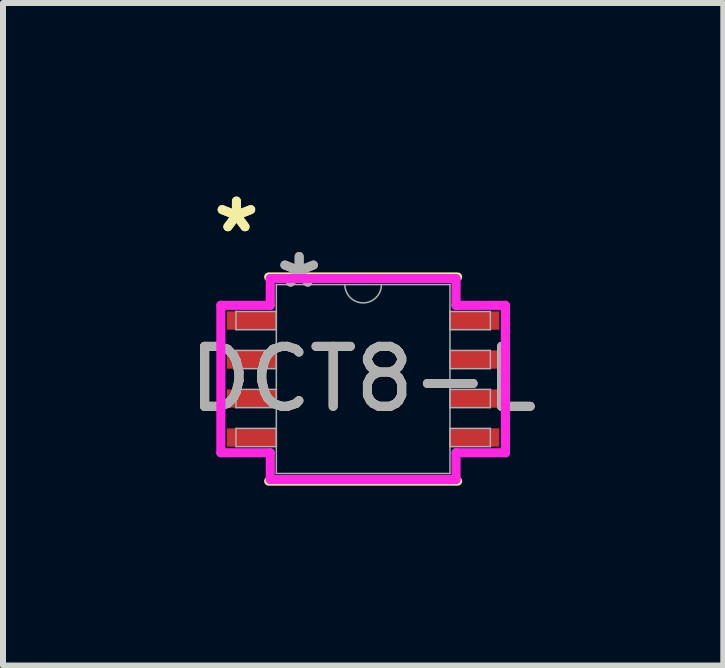
<source format=kicad_pcb>
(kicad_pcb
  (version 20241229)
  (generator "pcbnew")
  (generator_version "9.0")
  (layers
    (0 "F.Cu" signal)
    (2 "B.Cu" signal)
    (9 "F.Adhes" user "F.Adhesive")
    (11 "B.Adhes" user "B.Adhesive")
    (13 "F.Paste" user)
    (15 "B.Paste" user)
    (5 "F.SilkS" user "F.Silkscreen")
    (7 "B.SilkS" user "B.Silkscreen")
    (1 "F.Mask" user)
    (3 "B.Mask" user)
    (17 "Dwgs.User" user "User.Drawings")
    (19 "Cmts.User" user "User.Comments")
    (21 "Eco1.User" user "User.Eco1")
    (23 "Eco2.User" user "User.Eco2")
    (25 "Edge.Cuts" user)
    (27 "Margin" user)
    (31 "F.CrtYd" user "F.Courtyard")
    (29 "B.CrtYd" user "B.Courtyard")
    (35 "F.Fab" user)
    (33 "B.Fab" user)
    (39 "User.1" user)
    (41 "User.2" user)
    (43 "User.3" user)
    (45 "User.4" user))
  (footprint "DCT8-L"
    (layer "F.Cu")
    (at 3.006 3.271)
    (property "Reference" "DCT8-L" (at 0 0 0) (unlocked yes) (layer "F.SilkS") (effects (font (size 1 1) (thickness 0.15))))
    (attr smd)
    (fp_line (start -1.575 1.702) (end 1.575 1.702) (stroke (width 0.152) (type solid)) (layer "F.SilkS"))
    (fp_line (start 1.575 -1.702) (end -1.575 -1.702) (stroke (width 0.152) (type solid)) (layer "F.SilkS"))
    (fp_line (start -2.373 -1.229) (end -1.549 -1.229) (stroke (width 0.152) (type solid)) (layer "F.CrtYd"))
    (fp_line (start -2.373 1.229) (end -2.373 -1.229) (stroke (width 0.152) (type solid)) (layer "F.CrtYd"))
    (fp_line (start -2.373 1.229) (end -1.549 1.229) (stroke (width 0.152) (type solid)) (layer "F.CrtYd"))
    (fp_line (start -1.549 -1.676) (end 1.549 -1.676) (stroke (width 0.152) (type solid)) (layer "F.CrtYd"))
    (fp_line (start -1.549 -1.229) (end -1.549 -1.676) (stroke (width 0.152) (type solid)) (layer "F.CrtYd"))
    (fp_line (start -1.549 1.676) (end -1.549 1.229) (stroke (width 0.152) (type solid)) (layer "F.CrtYd"))
    (fp_line (start 1.549 -1.676) (end 1.549 -1.229) (stroke (width 0.152) (type solid)) (layer "F.CrtYd"))
    (fp_line (start 1.549 1.229) (end 1.549 1.676) (stroke (width 0.152) (type solid)) (layer "F.CrtYd"))
    (fp_line (start 1.549 1.676) (end -1.549 1.676) (stroke (width 0.152) (type solid)) (layer "F.CrtYd"))
    (fp_line (start 2.373 -1.229) (end 1.549 -1.229) (stroke (width 0.152) (type solid)) (layer "F.CrtYd"))
    (fp_line (start 2.373 -1.229) (end 2.373 1.229) (stroke (width 0.152) (type solid)) (layer "F.CrtYd"))
    (fp_line (start 2.373 1.229) (end 1.549 1.229) (stroke (width 0.152) (type solid)) (layer "F.CrtYd"))
    (fp_line (start -2.121 -1.127) (end -2.121 -0.823) (stroke (width 0.025) (type solid)) (layer "F.Fab"))
    (fp_line (start -2.121 -0.823) (end -1.448 -0.823) (stroke (width 0.025) (type solid)) (layer "F.Fab"))
    (fp_line (start -2.121 -0.477) (end -2.121 -0.173) (stroke (width 0.025) (type solid)) (layer "F.Fab"))
    (fp_line (start -2.121 -0.173) (end -1.448 -0.173) (stroke (width 0.025) (type solid)) (layer "F.Fab"))
    (fp_line (start -2.121 0.173) (end -2.121 0.477) (stroke (width 0.025) (type solid)) (layer "F.Fab"))
    (fp_line (start -2.121 0.477) (end -1.448 0.477) (stroke (width 0.025) (type solid)) (layer "F.Fab"))
    (fp_line (start -2.121 0.823) (end -2.121 1.127) (stroke (width 0.025) (type solid)) (layer "F.Fab"))
    (fp_line (start -2.121 1.127) (end -1.448 1.127) (stroke (width 0.025) (type solid)) (layer "F.Fab"))
    (fp_line (start -1.448 -1.575) (end -1.448 1.575) (stroke (width 0.025) (type solid)) (layer "F.Fab"))
    (fp_line (start -1.448 -1.127) (end -2.121 -1.127) (stroke (width 0.025) (type solid)) (layer "F.Fab"))
    (fp_line (start -1.448 -0.823) (end -1.448 -1.127) (stroke (width 0.025) (type solid)) (layer "F.Fab"))
    (fp_line (start -1.448 -0.477) (end -2.121 -0.477) (stroke (width 0.025) (type solid)) (layer "F.Fab"))
    (fp_line (start -1.448 -0.173) (end -1.448 -0.477) (stroke (width 0.025) (type solid)) (layer "F.Fab"))
    (fp_line (start -1.448 0.173) (end -2.121 0.173) (stroke (width 0.025) (type solid)) (layer "F.Fab"))
    (fp_line (start -1.448 0.477) (end -1.448 0.173) (stroke (width 0.025) (type solid)) (layer "F.Fab"))
    (fp_line (start -1.448 0.823) (end -2.121 0.823) (stroke (width 0.025) (type solid)) (layer "F.Fab"))
    (fp_line (start -1.448 1.127) (end -1.448 0.823) (stroke (width 0.025) (type solid)) (layer "F.Fab"))
    (fp_line (start -1.448 1.575) (end 1.448 1.575) (stroke (width 0.025) (type solid)) (layer "F.Fab"))
    (fp_line (start 1.448 -1.575) (end -1.448 -1.575) (stroke (width 0.025) (type solid)) (layer "F.Fab"))
    (fp_line (start 1.448 -1.127) (end 1.448 -0.823) (stroke (width 0.025) (type solid)) (layer "F.Fab"))
    (fp_line (start 1.448 -0.823) (end 2.121 -0.823) (stroke (width 0.025) (type solid)) (layer "F.Fab"))
    (fp_line (start 1.448 -0.477) (end 1.448 -0.173) (stroke (width 0.025) (type solid)) (layer "F.Fab"))
    (fp_line (start 1.448 -0.173) (end 2.121 -0.173) (stroke (width 0.025) (type solid)) (layer "F.Fab"))
    (fp_line (start 1.448 0.173) (end 1.448 0.477) (stroke (width 0.025) (type solid)) (layer "F.Fab"))
    (fp_line (start 1.448 0.477) (end 2.121 0.477) (stroke (width 0.025) (type solid)) (layer "F.Fab"))
    (fp_line (start 1.448 0.823) (end 1.448 1.127) (stroke (width 0.025) (type solid)) (layer "F.Fab"))
    (fp_line (start 1.448 1.127) (end 2.121 1.127) (stroke (width 0.025) (type solid)) (layer "F.Fab"))
    (fp_line (start 1.448 1.575) (end 1.448 -1.575) (stroke (width 0.025) (type solid)) (layer "F.Fab"))
    (fp_line (start 2.121 -1.127) (end 1.448 -1.127) (stroke (width 0.025) (type solid)) (layer "F.Fab"))
    (fp_line (start 2.121 -0.823) (end 2.121 -1.127) (stroke (width 0.025) (type solid)) (layer "F.Fab"))
    (fp_line (start 2.121 -0.477) (end 1.448 -0.477) (stroke (width 0.025) (type solid)) (layer "F.Fab"))
    (fp_line (start 2.121 -0.173) (end 2.121 -0.477) (stroke (width 0.025) (type solid)) (layer "F.Fab"))
    (fp_line (start 2.121 0.173) (end 1.448 0.173) (stroke (width 0.025) (type solid)) (layer "F.Fab"))
    (fp_line (start 2.121 0.477) (end 2.121 0.173) (stroke (width 0.025) (type solid)) (layer "F.Fab"))
    (fp_line (start 2.121 0.823) (end 1.448 0.823) (stroke (width 0.025) (type solid)) (layer "F.Fab"))
    (fp_line (start 2.121 1.127) (end 2.121 0.823) (stroke (width 0.025) (type solid)) (layer "F.Fab"))
    (fp_arc (start 0.3048 -1.5748) (mid 0 -1.27) (end -0.3048 -1.5748) (stroke (width 0.0254) (type solid)) (layer "F.Fab"))
    (fp_text user "*" (at -2.113 -2.423 0) (layer "F.SilkS") (effects (font (size 1 1) (thickness 0.15))))
    (fp_text user "*" (at -2.113 -2.423 0) (unlocked yes) (layer "F.SilkS") (effects (font (size 1 1) (thickness 0.15))))
    (fp_text user "${REFERENCE}" (at 0 0 0) (unlocked yes) (layer "F.Fab") (effects (font (size 1 1) (thickness 0.15))))
    (fp_text user "*" (at -1.067 -1.499 0) (layer "F.Fab") (effects (font (size 1 1) (thickness 0.15))))
    (fp_text user "*" (at -1.067 -1.499 0) (unlocked yes) (layer "F.Fab") (effects (font (size 1 1) (thickness 0.15))))
    (pad "1" smd rect (at -1.859 -0.975) (size 0.823 0.305) (layers "F.Cu" "F.Mask" "F.Paste"))
    (pad "2" smd rect (at -1.859 -0.325) (size 0.823 0.305) (layers "F.Cu" "F.Mask" "F.Paste"))
    (pad "3" smd rect (at -1.859 0.325) (size 0.823 0.305) (layers "F.Cu" "F.Mask" "F.Paste"))
    (pad "4" smd rect (at -1.859 0.975) (size 0.823 0.305) (layers "F.Cu" "F.Mask" "F.Paste"))
    (pad "5" smd rect (at 1.859 0.975) (size 0.823 0.305) (layers "F.Cu" "F.Mask" "F.Paste"))
    (pad "6" smd rect (at 1.859 0.325) (size 0.823 0.305) (layers "F.Cu" "F.Mask" "F.Paste"))
    (pad "7" smd rect (at 1.859 -0.325) (size 0.823 0.305) (layers "F.Cu" "F.Mask" "F.Paste"))
    (pad "8" smd rect (at 1.859 -0.975) (size 0.823 0.305) (layers "F.Cu" "F.Mask" "F.Paste")))
  (gr_rect
    (start -3 -3)
    (end 9.012 8.049)
    (stroke (width 0.1) (type default))
    (fill no)
    (layer "Edge.Cuts")))
</source>
